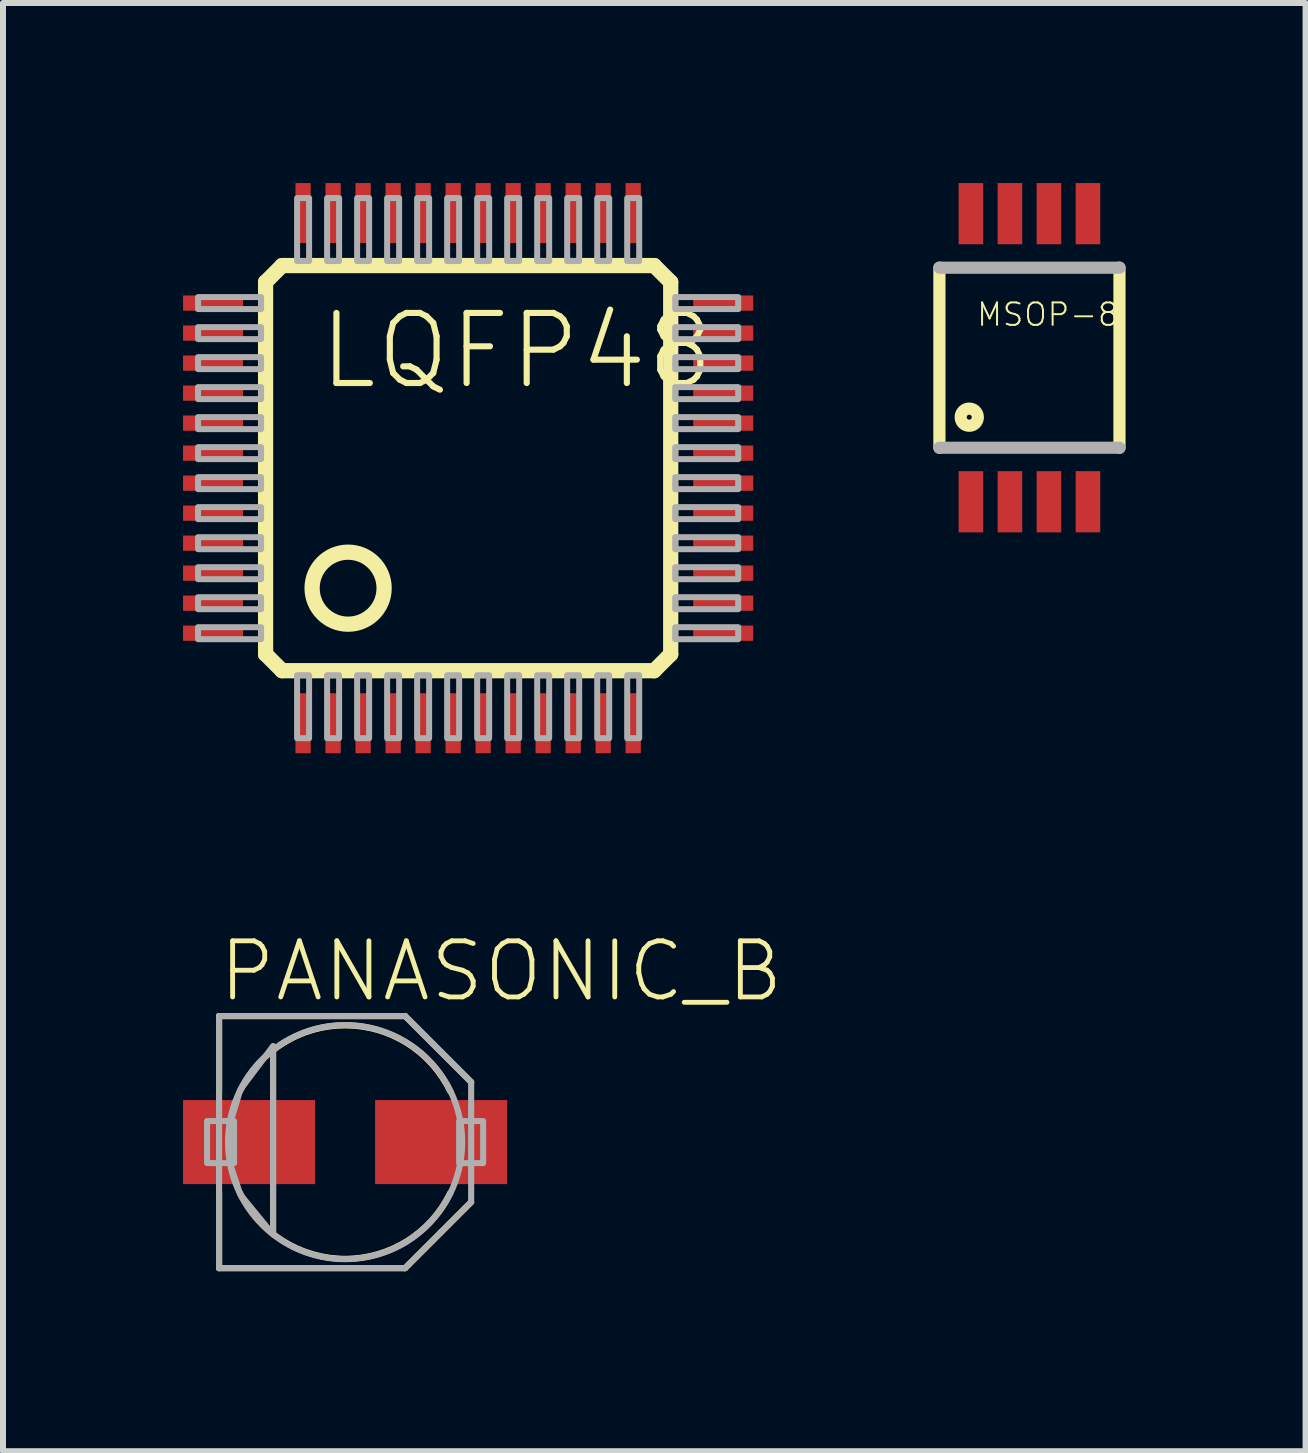
<source format=kicad_pcb>
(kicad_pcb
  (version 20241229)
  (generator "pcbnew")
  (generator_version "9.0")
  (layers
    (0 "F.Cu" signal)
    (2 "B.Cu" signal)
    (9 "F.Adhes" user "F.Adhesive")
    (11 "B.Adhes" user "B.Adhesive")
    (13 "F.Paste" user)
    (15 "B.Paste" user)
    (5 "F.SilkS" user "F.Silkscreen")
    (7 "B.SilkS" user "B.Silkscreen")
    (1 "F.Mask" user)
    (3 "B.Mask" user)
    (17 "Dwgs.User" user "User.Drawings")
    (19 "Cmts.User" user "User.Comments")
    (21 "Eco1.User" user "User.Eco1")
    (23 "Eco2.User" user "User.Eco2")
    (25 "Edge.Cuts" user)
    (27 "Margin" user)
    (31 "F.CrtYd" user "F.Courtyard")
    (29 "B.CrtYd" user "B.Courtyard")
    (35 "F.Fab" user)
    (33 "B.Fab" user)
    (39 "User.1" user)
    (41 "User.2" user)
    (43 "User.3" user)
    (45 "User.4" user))
  (footprint "MSOP-8"
    (layer "F.Cu")
    (at 14.102 2.91)
    (property "Reference" "MSOP-8" (at -0.9 -0.5 0) (layer "F.SilkS") (effects (font (size 0.374 0.374) (thickness 0.033)) (justify left bottom)))
    (fp_line (start -1.5 -1.5) (end -1.5 1.5) (stroke (width 0.203) (type solid)) (layer "F.SilkS"))
    (fp_line (start 1.5 1.5) (end 1.5 -1.5) (stroke (width 0.203) (type solid)) (layer "F.SilkS"))
    (fp_circle (center -1.003 0.991) (end -0.86 0.991) (stroke (width 0.203) (type solid)) (fill no) (layer "F.SilkS"))
    (fp_line (start -1.5 1.5) (end 1.5 1.5) (stroke (width 0.203) (type solid)) (layer "F.Fab"))
    (fp_line (start 1.5 -1.5) (end -1.5 -1.5) (stroke (width 0.203) (type solid)) (layer "F.Fab"))
    (pad "1" smd rect (at -0.975 2.4) (size 0.41 1.02) (layers "F.Cu" "F.Mask" "F.Paste"))
    (pad "2" smd rect (at -0.325 2.4) (size 0.41 1.02) (layers "F.Cu" "F.Mask" "F.Paste"))
    (pad "3" smd rect (at 0.325 2.4) (size 0.41 1.02) (layers "F.Cu" "F.Mask" "F.Paste"))
    (pad "4" smd rect (at 0.975 2.4) (size 0.41 1.02) (layers "F.Cu" "F.Mask" "F.Paste"))
    (pad "5" smd rect (at 0.975 -2.4) (size 0.41 1.02) (layers "F.Cu" "F.Mask" "F.Paste"))
    (pad "6" smd rect (at 0.325 -2.4) (size 0.41 1.02) (layers "F.Cu" "F.Mask" "F.Paste"))
    (pad "7" smd rect (at -0.325 -2.4) (size 0.41 1.02) (layers "F.Cu" "F.Mask" "F.Paste"))
    (pad "8" smd rect (at -0.975 -2.4) (size 0.41 1.02) (layers "F.Cu" "F.Mask" "F.Paste")))
  (footprint "PANASONIC_B"
    (layer "F.Cu")
    (at 2.7 15.979)
    (property "Reference" "PANASONIC_B" (at -2.15 -2.3 0) (layer "F.SilkS") (effects (font (size 0.935 0.935) (thickness 0.081)) (justify left bottom)))
    (fp_line (start -2.1 -2.1) (end 1 -2.1) (stroke (width 0.102) (type solid)) (layer "F.SilkS"))
    (fp_line (start -2.1 -0.85) (end -2.1 -2.1) (stroke (width 0.102) (type solid)) (layer "F.SilkS"))
    (fp_line (start -2.1 2.1) (end -2.1 0.85) (stroke (width 0.102) (type solid)) (layer "F.SilkS"))
    (fp_line (start 1 -2.1) (end 2.1 -1) (stroke (width 0.102) (type solid)) (layer "F.SilkS"))
    (fp_line (start 1 2.1) (end -2.1 2.1) (stroke (width 0.102) (type solid)) (layer "F.SilkS"))
    (fp_line (start 2.1 1) (end 1 2.1) (stroke (width 0.102) (type solid)) (layer "F.SilkS"))
    (fp_arc (start -1.75 -0.85) (mid 0 -1.945508) (end 1.75 -0.85) (stroke (width 0.1016) (type solid)) (layer "F.SilkS"))
    (fp_arc (start 1.75 0.85) (mid 0 1.945508) (end -1.75 0.85) (stroke (width 0.1016) (type solid)) (layer "F.SilkS"))
    (fp_line (start -2.1 -2.1) (end 1 -2.1) (stroke (width 0.102) (type solid)) (layer "F.Fab"))
    (fp_line (start -2.1 2.1) (end -2.1 -2.1) (stroke (width 0.102) (type solid)) (layer "F.Fab"))
    (fp_line (start -1.2 -1.5) (end -1.2 1.5) (stroke (width 0.102) (type solid)) (layer "F.Fab"))
    (fp_line (start 1 -2.1) (end 2.1 -1) (stroke (width 0.102) (type solid)) (layer "F.Fab"))
    (fp_line (start 1 2.1) (end -2.1 2.1) (stroke (width 0.102) (type solid)) (layer "F.Fab"))
    (fp_line (start 2.1 -1) (end 2.1 1) (stroke (width 0.102) (type solid)) (layer "F.Fab"))
    (fp_line (start 2.1 1) (end 1 2.1) (stroke (width 0.102) (type solid)) (layer "F.Fab"))
    (fp_circle (center 0 0) (end 1.95 0) (stroke (width 0.102) (type solid)) (fill no) (layer "F.Fab"))
    (fp_poly (pts (xy -2.3 0.35) (xy -1.85 0.35) (xy -1.85 -0.35) (xy -2.3 -0.35)) (stroke (width 0.1) (type solid)) (fill no) (layer "F.Fab"))
    (fp_poly (pts (xy 1.9 0.35) (xy 2.3 0.35) (xy 2.3 -0.35) (xy 1.9 -0.35)) (stroke (width 0.1) (type solid)) (fill no) (layer "F.Fab"))
    (fp_poly (pts (xy -1.199 1.542) (xy -1.745 0.875) (xy -1.901 0.408) (xy -1.901 -0.357) (xy -1.746 -0.873) (xy -1.199 -1.602)) (stroke (width 0.1) (type solid)) (fill no) (layer "F.Fab"))
    (pad "+" smd rect (at 1.6 0) (size 2.2 1.4) (layers "F.Cu" "F.Mask" "F.Paste"))
    (pad "-" smd rect (at -1.6 0) (size 2.2 1.4) (layers "F.Cu" "F.Mask" "F.Paste")))
  (footprint "LQFP48"
    (layer "F.Cu")
    (at 4.75 4.75)
    (property "Reference" "LQFP48" (at -2.54 -1.27 0) (layer "F.SilkS") (effects (font (size 1.168 1.168) (thickness 0.102)) (justify left bottom)))
    (fp_line (start -3.375 -3.1) (end -3.1 -3.375) (stroke (width 0.254) (type solid)) (layer "F.SilkS"))
    (fp_line (start -3.375 3.1) (end -3.375 -3.1) (stroke (width 0.254) (type solid)) (layer "F.SilkS"))
    (fp_line (start -3.1 -3.375) (end 3.1 -3.375) (stroke (width 0.254) (type solid)) (layer "F.SilkS"))
    (fp_line (start -3.1 3.375) (end -3.375 3.1) (stroke (width 0.254) (type solid)) (layer "F.SilkS"))
    (fp_line (start 3.1 -3.375) (end 3.375 -3.1) (stroke (width 0.254) (type solid)) (layer "F.SilkS"))
    (fp_line (start 3.1 3.375) (end -3.1 3.375) (stroke (width 0.254) (type solid)) (layer "F.SilkS"))
    (fp_line (start 3.375 -3.1) (end 3.375 3.1) (stroke (width 0.254) (type solid)) (layer "F.SilkS"))
    (fp_line (start 3.375 3.1) (end 3.1 3.375) (stroke (width 0.254) (type solid)) (layer "F.SilkS"))
    (fp_circle (center -2 2) (end -1.4 2) (stroke (width 0.254) (type solid)) (fill no) (layer "F.SilkS"))
    (fp_poly (pts (xy -4.5 -2.65) (xy -3.45 -2.65) (xy -3.45 -2.85) (xy -4.5 -2.85)) (stroke (width 0.1) (type solid)) (fill no) (layer "F.Fab"))
    (fp_poly (pts (xy -4.5 -2.15) (xy -3.45 -2.15) (xy -3.45 -2.35) (xy -4.5 -2.35)) (stroke (width 0.1) (type solid)) (fill no) (layer "F.Fab"))
    (fp_poly (pts (xy -4.5 -1.65) (xy -3.45 -1.65) (xy -3.45 -1.85) (xy -4.5 -1.85)) (stroke (width 0.1) (type solid)) (fill no) (layer "F.Fab"))
    (fp_poly (pts (xy -4.5 -1.15) (xy -3.45 -1.15) (xy -3.45 -1.35) (xy -4.5 -1.35)) (stroke (width 0.1) (type solid)) (fill no) (layer "F.Fab"))
    (fp_poly (pts (xy -4.5 -0.65) (xy -3.45 -0.65) (xy -3.45 -0.85) (xy -4.5 -0.85)) (stroke (width 0.1) (type solid)) (fill no) (layer "F.Fab"))
    (fp_poly (pts (xy -4.5 -0.15) (xy -3.45 -0.15) (xy -3.45 -0.35) (xy -4.5 -0.35)) (stroke (width 0.1) (type solid)) (fill no) (layer "F.Fab"))
    (fp_poly (pts (xy -4.5 0.35) (xy -3.45 0.35) (xy -3.45 0.15) (xy -4.5 0.15)) (stroke (width 0.1) (type solid)) (fill no) (layer "F.Fab"))
    (fp_poly (pts (xy -4.5 0.85) (xy -3.45 0.85) (xy -3.45 0.65) (xy -4.5 0.65)) (stroke (width 0.1) (type solid)) (fill no) (layer "F.Fab"))
    (fp_poly (pts (xy -4.5 1.35) (xy -3.45 1.35) (xy -3.45 1.15) (xy -4.5 1.15)) (stroke (width 0.1) (type solid)) (fill no) (layer "F.Fab"))
    (fp_poly (pts (xy -4.5 1.85) (xy -3.45 1.85) (xy -3.45 1.65) (xy -4.5 1.65)) (stroke (width 0.1) (type solid)) (fill no) (layer "F.Fab"))
    (fp_poly (pts (xy -4.5 2.35) (xy -3.45 2.35) (xy -3.45 2.15) (xy -4.5 2.15)) (stroke (width 0.1) (type solid)) (fill no) (layer "F.Fab"))
    (fp_poly (pts (xy -4.5 2.85) (xy -3.45 2.85) (xy -3.45 2.65) (xy -4.5 2.65)) (stroke (width 0.1) (type solid)) (fill no) (layer "F.Fab"))
    (fp_poly (pts (xy -2.85 -3.45) (xy -2.65 -3.45) (xy -2.65 -4.5) (xy -2.85 -4.5)) (stroke (width 0.1) (type solid)) (fill no) (layer "F.Fab"))
    (fp_poly (pts (xy -2.85 4.5) (xy -2.65 4.5) (xy -2.65 3.45) (xy -2.85 3.45)) (stroke (width 0.1) (type solid)) (fill no) (layer "F.Fab"))
    (fp_poly (pts (xy -2.35 -3.45) (xy -2.15 -3.45) (xy -2.15 -4.5) (xy -2.35 -4.5)) (stroke (width 0.1) (type solid)) (fill no) (layer "F.Fab"))
    (fp_poly (pts (xy -2.35 4.5) (xy -2.15 4.5) (xy -2.15 3.45) (xy -2.35 3.45)) (stroke (width 0.1) (type solid)) (fill no) (layer "F.Fab"))
    (fp_poly (pts (xy -1.85 -3.45) (xy -1.65 -3.45) (xy -1.65 -4.5) (xy -1.85 -4.5)) (stroke (width 0.1) (type solid)) (fill no) (layer "F.Fab"))
    (fp_poly (pts (xy -1.85 4.5) (xy -1.65 4.5) (xy -1.65 3.45) (xy -1.85 3.45)) (stroke (width 0.1) (type solid)) (fill no) (layer "F.Fab"))
    (fp_poly (pts (xy -1.35 -3.45) (xy -1.15 -3.45) (xy -1.15 -4.5) (xy -1.35 -4.5)) (stroke (width 0.1) (type solid)) (fill no) (layer "F.Fab"))
    (fp_poly (pts (xy -1.35 4.5) (xy -1.15 4.5) (xy -1.15 3.45) (xy -1.35 3.45)) (stroke (width 0.1) (type solid)) (fill no) (layer "F.Fab"))
    (fp_poly (pts (xy -0.85 -3.45) (xy -0.65 -3.45) (xy -0.65 -4.5) (xy -0.85 -4.5)) (stroke (width 0.1) (type solid)) (fill no) (layer "F.Fab"))
    (fp_poly (pts (xy -0.85 4.5) (xy -0.65 4.5) (xy -0.65 3.45) (xy -0.85 3.45)) (stroke (width 0.1) (type solid)) (fill no) (layer "F.Fab"))
    (fp_poly (pts (xy -0.35 -3.45) (xy -0.15 -3.45) (xy -0.15 -4.5) (xy -0.35 -4.5)) (stroke (width 0.1) (type solid)) (fill no) (layer "F.Fab"))
    (fp_poly (pts (xy -0.35 4.5) (xy -0.15 4.5) (xy -0.15 3.45) (xy -0.35 3.45)) (stroke (width 0.1) (type solid)) (fill no) (layer "F.Fab"))
    (fp_poly (pts (xy 0.15 -3.45) (xy 0.35 -3.45) (xy 0.35 -4.5) (xy 0.15 -4.5)) (stroke (width 0.1) (type solid)) (fill no) (layer "F.Fab"))
    (fp_poly (pts (xy 0.15 4.5) (xy 0.35 4.5) (xy 0.35 3.45) (xy 0.15 3.45)) (stroke (width 0.1) (type solid)) (fill no) (layer "F.Fab"))
    (fp_poly (pts (xy 0.65 -3.45) (xy 0.85 -3.45) (xy 0.85 -4.5) (xy 0.65 -4.5)) (stroke (width 0.1) (type solid)) (fill no) (layer "F.Fab"))
    (fp_poly (pts (xy 0.65 4.5) (xy 0.85 4.5) (xy 0.85 3.45) (xy 0.65 3.45)) (stroke (width 0.1) (type solid)) (fill no) (layer "F.Fab"))
    (fp_poly (pts (xy 1.15 -3.45) (xy 1.35 -3.45) (xy 1.35 -4.5) (xy 1.15 -4.5)) (stroke (width 0.1) (type solid)) (fill no) (layer "F.Fab"))
    (fp_poly (pts (xy 1.15 4.5) (xy 1.35 4.5) (xy 1.35 3.45) (xy 1.15 3.45)) (stroke (width 0.1) (type solid)) (fill no) (layer "F.Fab"))
    (fp_poly (pts (xy 1.65 -3.45) (xy 1.85 -3.45) (xy 1.85 -4.5) (xy 1.65 -4.5)) (stroke (width 0.1) (type solid)) (fill no) (layer "F.Fab"))
    (fp_poly (pts (xy 1.65 4.5) (xy 1.85 4.5) (xy 1.85 3.45) (xy 1.65 3.45)) (stroke (width 0.1) (type solid)) (fill no) (layer "F.Fab"))
    (fp_poly (pts (xy 2.15 -3.45) (xy 2.35 -3.45) (xy 2.35 -4.5) (xy 2.15 -4.5)) (stroke (width 0.1) (type solid)) (fill no) (layer "F.Fab"))
    (fp_poly (pts (xy 2.15 4.5) (xy 2.35 4.5) (xy 2.35 3.45) (xy 2.15 3.45)) (stroke (width 0.1) (type solid)) (fill no) (layer "F.Fab"))
    (fp_poly (pts (xy 2.65 -3.45) (xy 2.85 -3.45) (xy 2.85 -4.5) (xy 2.65 -4.5)) (stroke (width 0.1) (type solid)) (fill no) (layer "F.Fab"))
    (fp_poly (pts (xy 2.65 4.5) (xy 2.85 4.5) (xy 2.85 3.45) (xy 2.65 3.45)) (stroke (width 0.1) (type solid)) (fill no) (layer "F.Fab"))
    (fp_poly (pts (xy 3.45 -2.65) (xy 4.5 -2.65) (xy 4.5 -2.85) (xy 3.45 -2.85)) (stroke (width 0.1) (type solid)) (fill no) (layer "F.Fab"))
    (fp_poly (pts (xy 3.45 -2.15) (xy 4.5 -2.15) (xy 4.5 -2.35) (xy 3.45 -2.35)) (stroke (width 0.1) (type solid)) (fill no) (layer "F.Fab"))
    (fp_poly (pts (xy 3.45 -1.65) (xy 4.5 -1.65) (xy 4.5 -1.85) (xy 3.45 -1.85)) (stroke (width 0.1) (type solid)) (fill no) (layer "F.Fab"))
    (fp_poly (pts (xy 3.45 -1.15) (xy 4.5 -1.15) (xy 4.5 -1.35) (xy 3.45 -1.35)) (stroke (width 0.1) (type solid)) (fill no) (layer "F.Fab"))
    (fp_poly (pts (xy 3.45 -0.65) (xy 4.5 -0.65) (xy 4.5 -0.85) (xy 3.45 -0.85)) (stroke (width 0.1) (type solid)) (fill no) (layer "F.Fab"))
    (fp_poly (pts (xy 3.45 -0.15) (xy 4.5 -0.15) (xy 4.5 -0.35) (xy 3.45 -0.35)) (stroke (width 0.1) (type solid)) (fill no) (layer "F.Fab"))
    (fp_poly (pts (xy 3.45 0.35) (xy 4.5 0.35) (xy 4.5 0.15) (xy 3.45 0.15)) (stroke (width 0.1) (type solid)) (fill no) (layer "F.Fab"))
    (fp_poly (pts (xy 3.45 0.85) (xy 4.5 0.85) (xy 4.5 0.65) (xy 3.45 0.65)) (stroke (width 0.1) (type solid)) (fill no) (layer "F.Fab"))
    (fp_poly (pts (xy 3.45 1.35) (xy 4.5 1.35) (xy 4.5 1.15) (xy 3.45 1.15)) (stroke (width 0.1) (type solid)) (fill no) (layer "F.Fab"))
    (fp_poly (pts (xy 3.45 1.85) (xy 4.5 1.85) (xy 4.5 1.65) (xy 3.45 1.65)) (stroke (width 0.1) (type solid)) (fill no) (layer "F.Fab"))
    (fp_poly (pts (xy 3.45 2.35) (xy 4.5 2.35) (xy 4.5 2.15) (xy 3.45 2.15)) (stroke (width 0.1) (type solid)) (fill no) (layer "F.Fab"))
    (fp_poly (pts (xy 3.45 2.85) (xy 4.5 2.85) (xy 4.5 2.65) (xy 3.45 2.65)) (stroke (width 0.1) (type solid)) (fill no) (layer "F.Fab"))
    (pad "1" smd rect (at -2.75 4.25) (size 0.254 1) (layers "F.Cu" "F.Mask" "F.Paste"))
    (pad "2" smd rect (at -2.25 4.25) (size 0.254 1) (layers "F.Cu" "F.Mask" "F.Paste"))
    (pad "3" smd rect (at -1.75 4.25) (size 0.254 1) (layers "F.Cu" "F.Mask" "F.Paste"))
    (pad "4" smd rect (at -1.25 4.25) (size 0.254 1) (layers "F.Cu" "F.Mask" "F.Paste"))
    (pad "5" smd rect (at -0.75 4.25) (size 0.254 1) (layers "F.Cu" "F.Mask" "F.Paste"))
    (pad "6" smd rect (at -0.25 4.25) (size 0.254 1) (layers "F.Cu" "F.Mask" "F.Paste"))
    (pad "7" smd rect (at 0.25 4.25) (size 0.254 1) (layers "F.Cu" "F.Mask" "F.Paste"))
    (pad "8" smd rect (at 0.75 4.25) (size 0.254 1) (layers "F.Cu" "F.Mask" "F.Paste"))
    (pad "9" smd rect (at 1.25 4.25) (size 0.254 1) (layers "F.Cu" "F.Mask" "F.Paste"))
    (pad "10" smd rect (at 1.75 4.25) (size 0.254 1) (layers "F.Cu" "F.Mask" "F.Paste"))
    (pad "11" smd rect (at 2.25 4.25) (size 0.254 1) (layers "F.Cu" "F.Mask" "F.Paste"))
    (pad "12" smd rect (at 2.75 4.25) (size 0.254 1) (layers "F.Cu" "F.Mask" "F.Paste"))
    (pad "13" smd rect (at 4.25 2.75) (size 1 0.254) (layers "F.Cu" "F.Mask" "F.Paste"))
    (pad "14" smd rect (at 4.25 2.25) (size 1 0.254) (layers "F.Cu" "F.Mask" "F.Paste"))
    (pad "15" smd rect (at 4.25 1.75) (size 1 0.254) (layers "F.Cu" "F.Mask" "F.Paste"))
    (pad "16" smd rect (at 4.25 1.25) (size 1 0.254) (layers "F.Cu" "F.Mask" "F.Paste"))
    (pad "17" smd rect (at 4.25 0.75) (size 1 0.254) (layers "F.Cu" "F.Mask" "F.Paste"))
    (pad "18" smd rect (at 4.25 0.25) (size 1 0.254) (layers "F.Cu" "F.Mask" "F.Paste"))
    (pad "19" smd rect (at 4.25 -0.25) (size 1 0.254) (layers "F.Cu" "F.Mask" "F.Paste"))
    (pad "20" smd rect (at 4.25 -0.75) (size 1 0.254) (layers "F.Cu" "F.Mask" "F.Paste"))
    (pad "21" smd rect (at 4.25 -1.25) (size 1 0.254) (layers "F.Cu" "F.Mask" "F.Paste"))
    (pad "22" smd rect (at 4.25 -1.75) (size 1 0.254) (layers "F.Cu" "F.Mask" "F.Paste"))
    (pad "23" smd rect (at 4.25 -2.25) (size 1 0.254) (layers "F.Cu" "F.Mask" "F.Paste"))
    (pad "24" smd rect (at 4.25 -2.75) (size 1 0.254) (layers "F.Cu" "F.Mask" "F.Paste"))
    (pad "25" smd rect (at 2.75 -4.25) (size 0.254 1) (layers "F.Cu" "F.Mask" "F.Paste"))
    (pad "26" smd rect (at 2.25 -4.25) (size 0.254 1) (layers "F.Cu" "F.Mask" "F.Paste"))
    (pad "27" smd rect (at 1.75 -4.25) (size 0.254 1) (layers "F.Cu" "F.Mask" "F.Paste"))
    (pad "28" smd rect (at 1.25 -4.25) (size 0.254 1) (layers "F.Cu" "F.Mask" "F.Paste"))
    (pad "29" smd rect (at 0.75 -4.25) (size 0.254 1) (layers "F.Cu" "F.Mask" "F.Paste"))
    (pad "30" smd rect (at 0.25 -4.25) (size 0.254 1) (layers "F.Cu" "F.Mask" "F.Paste"))
    (pad "31" smd rect (at -0.25 -4.25) (size 0.254 1) (layers "F.Cu" "F.Mask" "F.Paste"))
    (pad "32" smd rect (at -0.75 -4.25) (size 0.254 1) (layers "F.Cu" "F.Mask" "F.Paste"))
    (pad "33" smd rect (at -1.25 -4.25) (size 0.254 1) (layers "F.Cu" "F.Mask" "F.Paste"))
    (pad "34" smd rect (at -1.75 -4.25) (size 0.254 1) (layers "F.Cu" "F.Mask" "F.Paste"))
    (pad "35" smd rect (at -2.25 -4.25) (size 0.254 1) (layers "F.Cu" "F.Mask" "F.Paste"))
    (pad "36" smd rect (at -2.75 -4.25) (size 0.254 1) (layers "F.Cu" "F.Mask" "F.Paste"))
    (pad "37" smd rect (at -4.25 -2.75) (size 1 0.254) (layers "F.Cu" "F.Mask" "F.Paste"))
    (pad "38" smd rect (at -4.25 -2.25) (size 1 0.254) (layers "F.Cu" "F.Mask" "F.Paste"))
    (pad "39" smd rect (at -4.25 -1.75) (size 1 0.254) (layers "F.Cu" "F.Mask" "F.Paste"))
    (pad "40" smd rect (at -4.25 -1.25) (size 1 0.254) (layers "F.Cu" "F.Mask" "F.Paste"))
    (pad "41" smd rect (at -4.25 -0.75) (size 1 0.254) (layers "F.Cu" "F.Mask" "F.Paste"))
    (pad "42" smd rect (at -4.25 -0.25) (size 1 0.254) (layers "F.Cu" "F.Mask" "F.Paste"))
    (pad "43" smd rect (at -4.25 0.25) (size 1 0.254) (layers "F.Cu" "F.Mask" "F.Paste"))
    (pad "44" smd rect (at -4.25 0.75) (size 1 0.254) (layers "F.Cu" "F.Mask" "F.Paste"))
    (pad "45" smd rect (at -4.25 1.25) (size 1 0.254) (layers "F.Cu" "F.Mask" "F.Paste"))
    (pad "46" smd rect (at -4.25 1.75) (size 1 0.254) (layers "F.Cu" "F.Mask" "F.Paste"))
    (pad "47" smd rect (at -4.25 2.25) (size 1 0.254) (layers "F.Cu" "F.Mask" "F.Paste"))
    (pad "48" smd rect (at -4.25 2.75) (size 1 0.254) (layers "F.Cu" "F.Mask" "F.Paste")))
  (gr_rect
    (start -3 -3)
    (end 18.703 21.129)
    (stroke (width 0.1) (type default))
    (fill no)
    (layer "Edge.Cuts")))
</source>
